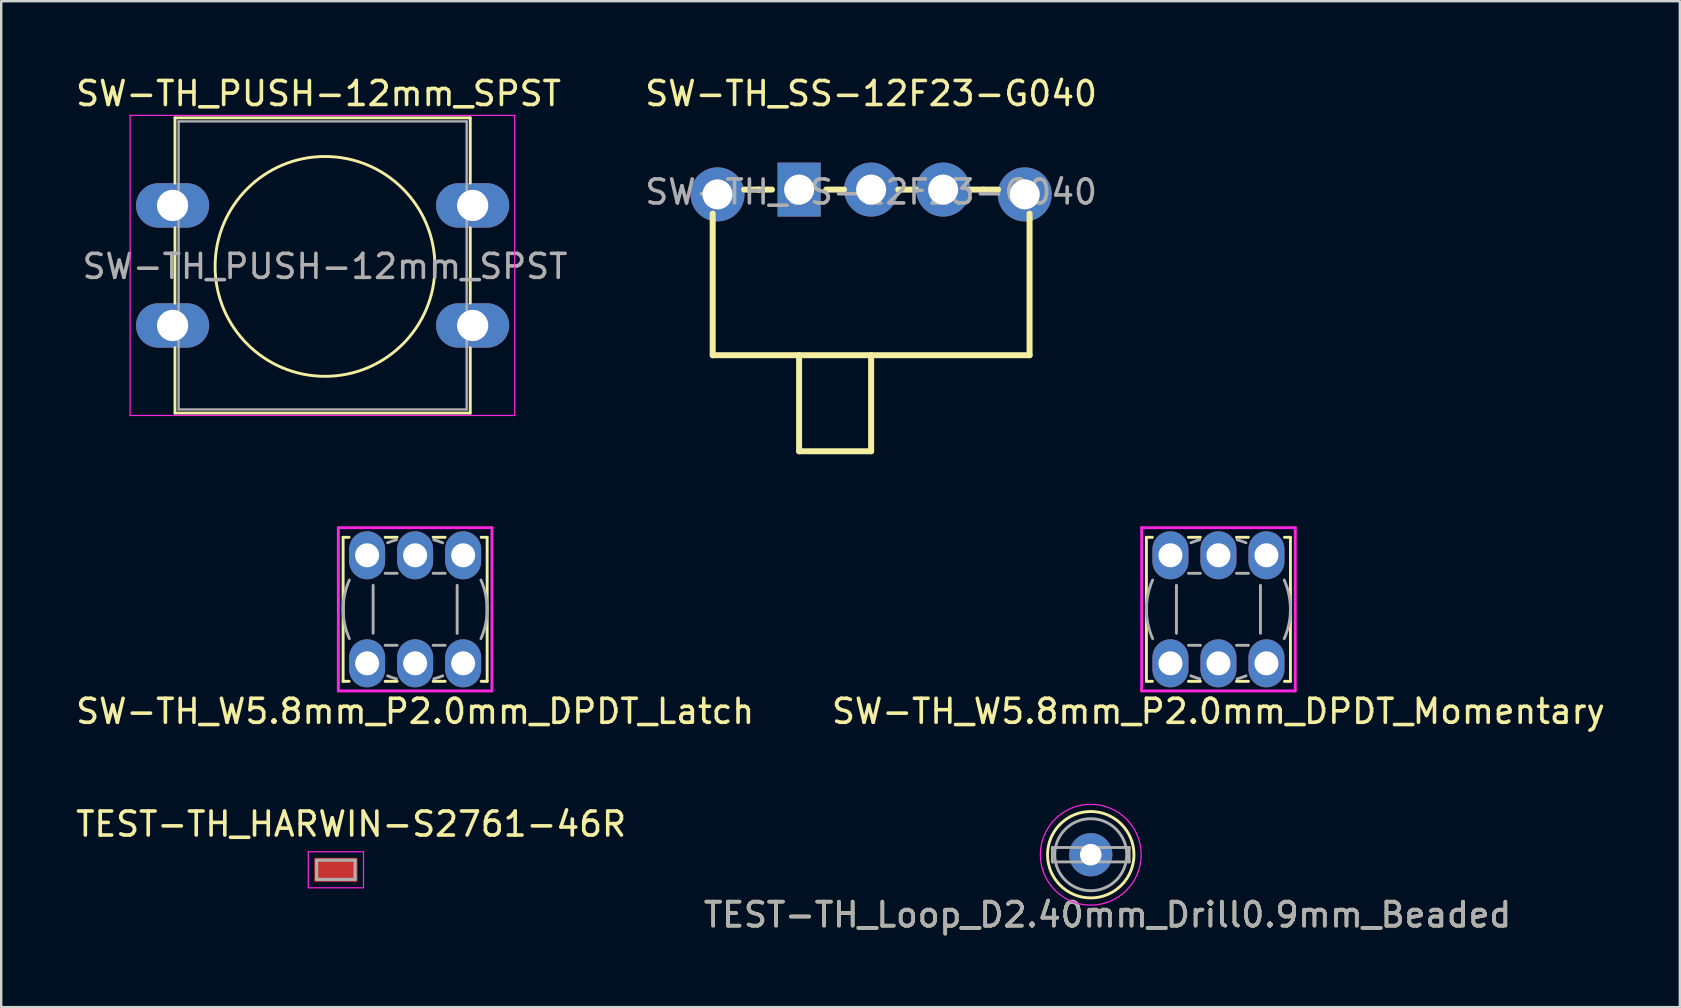
<source format=kicad_pcb>
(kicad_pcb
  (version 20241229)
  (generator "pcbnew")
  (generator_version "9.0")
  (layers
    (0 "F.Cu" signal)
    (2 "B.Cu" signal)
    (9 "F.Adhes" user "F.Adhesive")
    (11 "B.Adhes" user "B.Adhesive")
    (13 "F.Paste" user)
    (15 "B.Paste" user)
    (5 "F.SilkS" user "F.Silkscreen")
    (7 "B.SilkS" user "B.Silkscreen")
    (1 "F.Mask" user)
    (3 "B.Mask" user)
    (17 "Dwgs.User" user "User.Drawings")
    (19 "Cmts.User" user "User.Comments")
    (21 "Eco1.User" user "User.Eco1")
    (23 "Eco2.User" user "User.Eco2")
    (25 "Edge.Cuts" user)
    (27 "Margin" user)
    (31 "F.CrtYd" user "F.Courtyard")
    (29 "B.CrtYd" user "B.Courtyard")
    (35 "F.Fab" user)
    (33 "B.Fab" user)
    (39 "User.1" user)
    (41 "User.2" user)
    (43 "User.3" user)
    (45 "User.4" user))
  (footprint "SW-TH_PUSH-12mm_SPST"
    (layer "F.Cu")
    (at 4.14 5.508)
    (property "Reference" "SW-TH_PUSH-12mm_SPST" (at 6.08 -4.66 0) (layer "F.SilkS") (effects (font (size 1 1) (thickness 0.15))))
    (attr through_hole)
    (fp_line (start 0.1 -3.65) (end 12.4 -3.65) (stroke (width 0.12) (type solid)) (layer "F.SilkS"))
    (fp_line (start 0.1 -0.93) (end 0.1 -3.65) (stroke (width 0.12) (type solid)) (layer "F.SilkS"))
    (fp_line (start 0.1 4.07) (end 0.1 0.93) (stroke (width 0.12) (type solid)) (layer "F.SilkS"))
    (fp_line (start 0.1 8.65) (end 0.1 5.93) (stroke (width 0.12) (type solid)) (layer "F.SilkS"))
    (fp_line (start 12.4 -3.65) (end 12.4 -0.93) (stroke (width 0.12) (type solid)) (layer "F.SilkS"))
    (fp_line (start 12.4 0.93) (end 12.4 4.07) (stroke (width 0.12) (type solid)) (layer "F.SilkS"))
    (fp_line (start 12.4 5.93) (end 12.4 8.65) (stroke (width 0.12) (type solid)) (layer "F.SilkS"))
    (fp_line (start 12.4 8.65) (end 0.1 8.65) (stroke (width 0.12) (type solid)) (layer "F.SilkS"))
    (fp_circle (center 6.35 2.54) (end 10.16 5.08) (stroke (width 0.12) (type solid)) (fill no) (layer "F.SilkS"))
    (fp_line (start -1.77 -3.75) (end -1.77 8.75) (stroke (width 0.05) (type solid)) (layer "F.CrtYd"))
    (fp_line (start -1.77 -3.75) (end 14.25 -3.75) (stroke (width 0.05) (type solid)) (layer "F.CrtYd"))
    (fp_line (start 14.25 8.75) (end -1.77 8.75) (stroke (width 0.05) (type solid)) (layer "F.CrtYd"))
    (fp_line (start 14.25 8.75) (end 14.25 -3.75) (stroke (width 0.05) (type solid)) (layer "F.CrtYd"))
    (fp_line (start 0.25 -3.5) (end 0.25 8.5) (stroke (width 0.1) (type solid)) (layer "F.Fab"))
    (fp_line (start 0.25 -3.5) (end 12.25 -3.5) (stroke (width 0.1) (type solid)) (layer "F.Fab"))
    (fp_line (start 0.25 8.5) (end 12.25 8.5) (stroke (width 0.1) (type solid)) (layer "F.Fab"))
    (fp_line (start 12.25 -3.5) (end 12.25 8.5) (stroke (width 0.1) (type solid)) (layer "F.Fab"))
    (fp_text user "${REFERENCE}" (at 6.35 2.54 0) (layer "F.Fab") (effects (font (size 1 1) (thickness 0.15))))
    (pad "1" thru_hole oval (at 0 0) (size 3.048 1.85) (drill 1.3) (layers "*.Cu" "*.Mask"))
    (pad "1" thru_hole oval (at 12.5 0) (size 3.048 1.85) (drill 1.3) (layers "*.Cu" "*.Mask"))
    (pad "2" thru_hole oval (at 0 5) (size 3.048 1.85) (drill 1.3) (layers "*.Cu" "*.Mask"))
    (pad "2" thru_hole oval (at 12.5 5) (size 3.048 1.85) (drill 1.3) (layers "*.Cu" "*.Mask")))
  (footprint "TEST-TH_HARWIN-S2761-46R"
    (layer "F.Cu")
    (at 10.942 33.185)
    (property "Reference" "TEST-TH_HARWIN-S2761-46R" (at 0.635 -1.905 0) (layer "F.SilkS") (effects (font (size 1 1) (thickness 0.15))))
    (attr smd)
    (fp_line (start -1.15 -0.75) (end -1.15 0.75) (stroke (width 0.05) (type solid)) (layer "F.CrtYd"))
    (fp_line (start -1.15 0.75) (end 1.15 0.75) (stroke (width 0.05) (type solid)) (layer "F.CrtYd"))
    (fp_line (start 1.15 -0.75) (end -1.15 -0.75) (stroke (width 0.05) (type solid)) (layer "F.CrtYd"))
    (fp_line (start 1.15 0.75) (end 1.15 -0.75) (stroke (width 0.05) (type solid)) (layer "F.CrtYd"))
    (fp_line (start -0.8 -0.4) (end -0.8 0.4) (stroke (width 0.127) (type solid)) (layer "F.Fab"))
    (fp_line (start -0.8 0.4) (end 0.8 0.4) (stroke (width 0.127) (type solid)) (layer "F.Fab"))
    (fp_line (start 0.8 -0.4) (end -0.8 -0.4) (stroke (width 0.127) (type solid)) (layer "F.Fab"))
    (fp_line (start 0.8 0.4) (end 0.8 -0.4) (stroke (width 0.127) (type solid)) (layer "F.Fab"))
    (pad "1" smd rect (at 0 0) (size 1.8 1) (layers "F.Cu" "F.Mask" "F.Paste")))
  (footprint "TEST-TH_Loop_D2.40mm_Drill0.9mm_Beaded"
    (layer "F.Cu")
    (at 42.389 32.556)
    (property "Reference" "TEST-TH_Loop_D2.40mm_Drill0.9mm_Beaded" (at 0.7 2.5 0) (layer "F.SilkS") (effects (font (size 1 1) (thickness 0.15))))
    (attr through_hole)
    (fp_circle (center 0 0) (end 1.8 0) (stroke (width 0.12) (type solid)) (fill no) (layer "F.SilkS"))
    (fp_circle (center 0 0) (end 2.1 0) (stroke (width 0.05) (type solid)) (fill no) (layer "F.CrtYd"))
    (fp_line (start -1.6 -0.3) (end -1.6 0.3) (stroke (width 0.12) (type solid)) (layer "F.Fab"))
    (fp_line (start -1.6 0.3) (end 1.6 0.3) (stroke (width 0.12) (type solid)) (layer "F.Fab"))
    (fp_line (start 1.6 -0.3) (end -1.6 -0.3) (stroke (width 0.12) (type solid)) (layer "F.Fab"))
    (fp_line (start 1.6 0.3) (end 1.6 -0.3) (stroke (width 0.12) (type solid)) (layer "F.Fab"))
    (fp_circle (center 0 0) (end 1.5 0) (stroke (width 0.12) (type solid)) (fill no) (layer "F.Fab"))
    (fp_text user "${REFERENCE}" (at 0.7 2.5 0) (layer "F.Fab") (effects (font (size 1 1) (thickness 0.15))))
    (pad "1" thru_hole circle (at 0 0) (size 1.8 1.8) (drill 0.9) (layers "*.Cu" "*.Mask")))
  (footprint "SW-TH_SS-12F23-G040"
    (layer "F.Cu")
    (at 33.24 4.948)
    (property "Reference" "SW-TH_SS-12F23-G040" (at 0 -4.1 0) (layer "F.SilkS") (effects (font (size 1 1) (thickness 0.15))))
    (attr smd)
    (fp_line (start -6.6 6.8) (end -6.6 0.9) (stroke (width 0.25) (type solid)) (layer "F.SilkS"))
    (fp_line (start -6.6 6.8) (end 6.6 6.8) (stroke (width 0.25) (type solid)) (layer "F.SilkS"))
    (fp_line (start -4.69 -0.1) (end -5.29 -0.1) (stroke (width 0.25) (type solid)) (layer "F.SilkS"))
    (fp_line (start -4.13 -0.1) (end -4.69 -0.1) (stroke (width 0.25) (type solid)) (layer "F.SilkS"))
    (fp_line (start -3 10.8) (end -3 6.8) (stroke (width 0.25) (type solid)) (layer "F.SilkS"))
    (fp_line (start -3 10.8) (end 0 10.8) (stroke (width 0.25) (type solid)) (layer "F.SilkS"))
    (fp_line (start -1.13 -0.1) (end -1.87 -0.1) (stroke (width 0.25) (type solid)) (layer "F.SilkS"))
    (fp_line (start 0 10.8) (end 0 6.8) (stroke (width 0.25) (type solid)) (layer "F.SilkS"))
    (fp_line (start 1.87 -0.1) (end 1.13 -0.1) (stroke (width 0.25) (type solid)) (layer "F.SilkS"))
    (fp_line (start 4.69 -0.1) (end 4.13 -0.1) (stroke (width 0.25) (type solid)) (layer "F.SilkS"))
    (fp_line (start 4.69 -0.1) (end 5.29 -0.1) (stroke (width 0.25) (type solid)) (layer "F.SilkS"))
    (fp_line (start 6.6 6.8) (end 6.6 0.9) (stroke (width 0.25) (type solid)) (layer "F.SilkS"))
    (fp_circle (center -6.6 -0.3) (end -6.57 -0.3) (stroke (width 0.06) (type solid)) (fill no) (layer "F.Fab"))
    (fp_text user "${REFERENCE}" (at 0 0 0) (layer "F.Fab") (effects (font (size 1 1) (thickness 0.15))))
    (pad "" np_thru_hole circle (at -6.4 0.1) (size 2.25 2.25) (drill 1.25) (layers "*.Cu" "*.Mask"))
    (pad "" np_thru_hole circle (at 6.4 0.1) (size 2.25 2.25) (drill 1.25) (layers "*.Cu" "*.Mask"))
    (pad "1" thru_hole rect (at -3 -0.1) (size 1.8 2.25) (drill 1.25) (layers "*.Cu" "*.Paste" "*.Mask"))
    (pad "2" thru_hole circle (at 0 -0.1) (size 2.25 2.25) (drill 1.25) (layers "*.Cu" "*.Paste" "*.Mask"))
    (pad "3" thru_hole circle (at 3 -0.1) (size 2.25 2.25) (drill 1.25) (layers "*.Cu" "*.Paste" "*.Mask")))
  (footprint "SW-TH_W5.8mm_P2.0mm_DPDT_Momentary"
    (layer "F.Cu")
    (at 45.708 20.083)
    (property "Reference" "SW-TH_W5.8mm_P2.0mm_DPDT_Momentary" (at 2 6.5 0) (layer "F.SilkS") (effects (font (size 1 1) (thickness 0.15))))
    (attr through_hole)
    (fp_line (start -1 -0.75) (end -1 5.25) (stroke (width 0.12) (type solid)) (layer "F.SilkS"))
    (fp_line (start -1 -0.75) (end -0.75 -0.75) (stroke (width 0.12) (type solid)) (layer "F.SilkS"))
    (fp_line (start -1 5.25) (end -0.75 5.25) (stroke (width 0.12) (type solid)) (layer "F.SilkS"))
    (fp_line (start 0.75 -0.75) (end 1.25 -0.75) (stroke (width 0.12) (type solid)) (layer "F.SilkS"))
    (fp_line (start 0.75 5.25) (end 1.25 5.25) (stroke (width 0.12) (type solid)) (layer "F.SilkS"))
    (fp_line (start 2.75 -0.75) (end 3.25 -0.75) (stroke (width 0.12) (type solid)) (layer "F.SilkS"))
    (fp_line (start 2.75 5.25) (end 3.25 5.25) (stroke (width 0.12) (type solid)) (layer "F.SilkS"))
    (fp_line (start 5 -0.75) (end 4.75 -0.75) (stroke (width 0.12) (type solid)) (layer "F.SilkS"))
    (fp_line (start 5 -0.75) (end 5 5.25) (stroke (width 0.12) (type solid)) (layer "F.SilkS"))
    (fp_line (start 5 5.25) (end 4.75 5.25) (stroke (width 0.12) (type solid)) (layer "F.SilkS"))
    (fp_line (start -1.2 -1.15) (end 5.2 -1.15) (stroke (width 0.12) (type solid)) (layer "F.CrtYd"))
    (fp_line (start -1.2 5.65) (end -1.2 -1.15) (stroke (width 0.12) (type solid)) (layer "F.CrtYd"))
    (fp_line (start 5.2 -1.15) (end 5.2 5.65) (stroke (width 0.12) (type solid)) (layer "F.CrtYd"))
    (fp_line (start 5.2 5.65) (end -1.2 5.65) (stroke (width 0.12) (type solid)) (layer "F.CrtYd"))
    (fp_line (start 0.25 1.25) (end 0.25 3.25) (stroke (width 0.12) (type solid)) (layer "F.Fab"))
    (fp_line (start 0.75 0.75) (end 1.25 0.75) (stroke (width 0.12) (type solid)) (layer "F.Fab"))
    (fp_line (start 0.75 3.75) (end 1.25 3.75) (stroke (width 0.12) (type solid)) (layer "F.Fab"))
    (fp_line (start 2.75 0.75) (end 3.25 0.75) (stroke (width 0.12) (type solid)) (layer "F.Fab"))
    (fp_line (start 2.75 3.75) (end 3.25 3.75) (stroke (width 0.12) (type solid)) (layer "F.Fab"))
    (fp_line (start 3.75 1.25) (end 3.75 3.25) (stroke (width 0.12) (type solid)) (layer "F.Fab"))
    (fp_arc (start -0.740636 3.47021) (mid -1 2.25) (end -0.740636 1.02979) (stroke (width 0.12) (type solid)) (layer "F.Fab"))
    (fp_arc (start 0.85195 -0.521638) (mid 1.035682 -0.59079) (end 1.223543 -0.647777) (stroke (width 0.12) (type solid)) (layer "F.Fab"))
    (fp_arc (start 1.223543 5.147777) (mid 1.035682 5.09079) (end 0.85195 5.021638) (stroke (width 0.12) (type solid)) (layer "F.Fab"))
    (fp_arc (start 2.776457 -0.647777) (mid 2.964318 -0.59079) (end 3.14805 -0.521638) (stroke (width 0.12) (type solid)) (layer "F.Fab"))
    (fp_arc (start 3.14805 5.021638) (mid 2.964318 5.09079) (end 2.776457 5.147777) (stroke (width 0.12) (type solid)) (layer "F.Fab"))
    (fp_arc (start 4.740636 1.02979) (mid 5 2.25) (end 4.740636 3.47021) (stroke (width 0.12) (type solid)) (layer "F.Fab"))
    (pad "1" thru_hole oval (at 0 0) (size 1.5 2) (drill 1) (layers "*.Cu" "*.Mask"))
    (pad "2" thru_hole oval (at 2 0) (size 1.5 2) (drill 1) (layers "*.Cu" "*.Mask"))
    (pad "3" thru_hole oval (at 4 0) (size 1.5 2) (drill 1) (layers "*.Cu" "*.Mask"))
    (pad "4" thru_hole oval (at 0 4.5) (size 1.5 2) (drill 1) (layers "*.Cu" "*.Mask"))
    (pad "5" thru_hole oval (at 2 4.5) (size 1.5 2) (drill 1) (layers "*.Cu" "*.Mask"))
    (pad "6" thru_hole oval (at 4 4.5) (size 1.5 2) (drill 1) (layers "*.Cu" "*.Mask")))
  (footprint "SW-TH_W5.8mm_P2.0mm_DPDT_Latch"
    (layer "F.Cu")
    (at 12.244 20.083)
    (property "Reference" "SW-TH_W5.8mm_P2.0mm_DPDT_Latch" (at 2 6.5 0) (layer "F.SilkS") (effects (font (size 1 1) (thickness 0.15))))
    (attr through_hole)
    (fp_line (start -1 -0.75) (end -1 5.25) (stroke (width 0.12) (type solid)) (layer "F.SilkS"))
    (fp_line (start -1 -0.75) (end -0.75 -0.75) (stroke (width 0.12) (type solid)) (layer "F.SilkS"))
    (fp_line (start -1 5.25) (end -0.75 5.25) (stroke (width 0.12) (type solid)) (layer "F.SilkS"))
    (fp_line (start 0.75 -0.75) (end 1.25 -0.75) (stroke (width 0.12) (type solid)) (layer "F.SilkS"))
    (fp_line (start 0.75 5.25) (end 1.25 5.25) (stroke (width 0.12) (type solid)) (layer "F.SilkS"))
    (fp_line (start 2.75 -0.75) (end 3.25 -0.75) (stroke (width 0.12) (type solid)) (layer "F.SilkS"))
    (fp_line (start 2.75 5.25) (end 3.25 5.25) (stroke (width 0.12) (type solid)) (layer "F.SilkS"))
    (fp_line (start 5 -0.75) (end 4.75 -0.75) (stroke (width 0.12) (type solid)) (layer "F.SilkS"))
    (fp_line (start 5 -0.75) (end 5 5.25) (stroke (width 0.12) (type solid)) (layer "F.SilkS"))
    (fp_line (start 5 5.25) (end 4.75 5.25) (stroke (width 0.12) (type solid)) (layer "F.SilkS"))
    (fp_line (start -1.2 -1.15) (end 5.2 -1.15) (stroke (width 0.12) (type solid)) (layer "F.CrtYd"))
    (fp_line (start -1.2 5.65) (end -1.2 -1.15) (stroke (width 0.12) (type solid)) (layer "F.CrtYd"))
    (fp_line (start 5.2 -1.15) (end 5.2 5.65) (stroke (width 0.12) (type solid)) (layer "F.CrtYd"))
    (fp_line (start 5.2 5.65) (end -1.2 5.65) (stroke (width 0.12) (type solid)) (layer "F.CrtYd"))
    (fp_line (start 0.25 1.25) (end 0.25 3.25) (stroke (width 0.12) (type solid)) (layer "F.Fab"))
    (fp_line (start 0.75 0.75) (end 1.25 0.75) (stroke (width 0.12) (type solid)) (layer "F.Fab"))
    (fp_line (start 0.75 3.75) (end 1.25 3.75) (stroke (width 0.12) (type solid)) (layer "F.Fab"))
    (fp_line (start 2.75 0.75) (end 3.25 0.75) (stroke (width 0.12) (type solid)) (layer "F.Fab"))
    (fp_line (start 2.75 3.75) (end 3.25 3.75) (stroke (width 0.12) (type solid)) (layer "F.Fab"))
    (fp_line (start 3.75 1.25) (end 3.75 3.25) (stroke (width 0.12) (type solid)) (layer "F.Fab"))
    (fp_arc (start -0.740636 3.47021) (mid -1 2.25) (end -0.740636 1.02979) (stroke (width 0.12) (type solid)) (layer "F.Fab"))
    (fp_arc (start 0.85195 -0.521638) (mid 1.035682 -0.59079) (end 1.223543 -0.647777) (stroke (width 0.12) (type solid)) (layer "F.Fab"))
    (fp_arc (start 1.223543 5.147777) (mid 1.035682 5.09079) (end 0.85195 5.021638) (stroke (width 0.12) (type solid)) (layer "F.Fab"))
    (fp_arc (start 2.776457 -0.647777) (mid 2.964318 -0.59079) (end 3.14805 -0.521638) (stroke (width 0.12) (type solid)) (layer "F.Fab"))
    (fp_arc (start 3.14805 5.021638) (mid 2.964318 5.09079) (end 2.776457 5.147777) (stroke (width 0.12) (type solid)) (layer "F.Fab"))
    (fp_arc (start 4.740636 1.02979) (mid 5 2.25) (end 4.740636 3.47021) (stroke (width 0.12) (type solid)) (layer "F.Fab"))
    (pad "1" thru_hole oval (at 0 0) (size 1.5 2) (drill 1) (layers "*.Cu" "*.Mask"))
    (pad "2" thru_hole oval (at 2 0) (size 1.5 2) (drill 1) (layers "*.Cu" "*.Mask"))
    (pad "3" thru_hole oval (at 4 0) (size 1.5 2) (drill 1) (layers "*.Cu" "*.Mask"))
    (pad "4" thru_hole oval (at 0 4.5) (size 1.5 2) (drill 1) (layers "*.Cu" "*.Mask"))
    (pad "5" thru_hole oval (at 2 4.5) (size 1.5 2) (drill 1) (layers "*.Cu" "*.Mask"))
    (pad "6" thru_hole oval (at 4 4.5) (size 1.5 2) (drill 1) (layers "*.Cu" "*.Mask")))
  (gr_rect
    (start -3 -3)
    (end 66.929 38.905)
    (stroke (width 0.1) (type default))
    (fill no)
    (layer "Edge.Cuts")))
</source>
